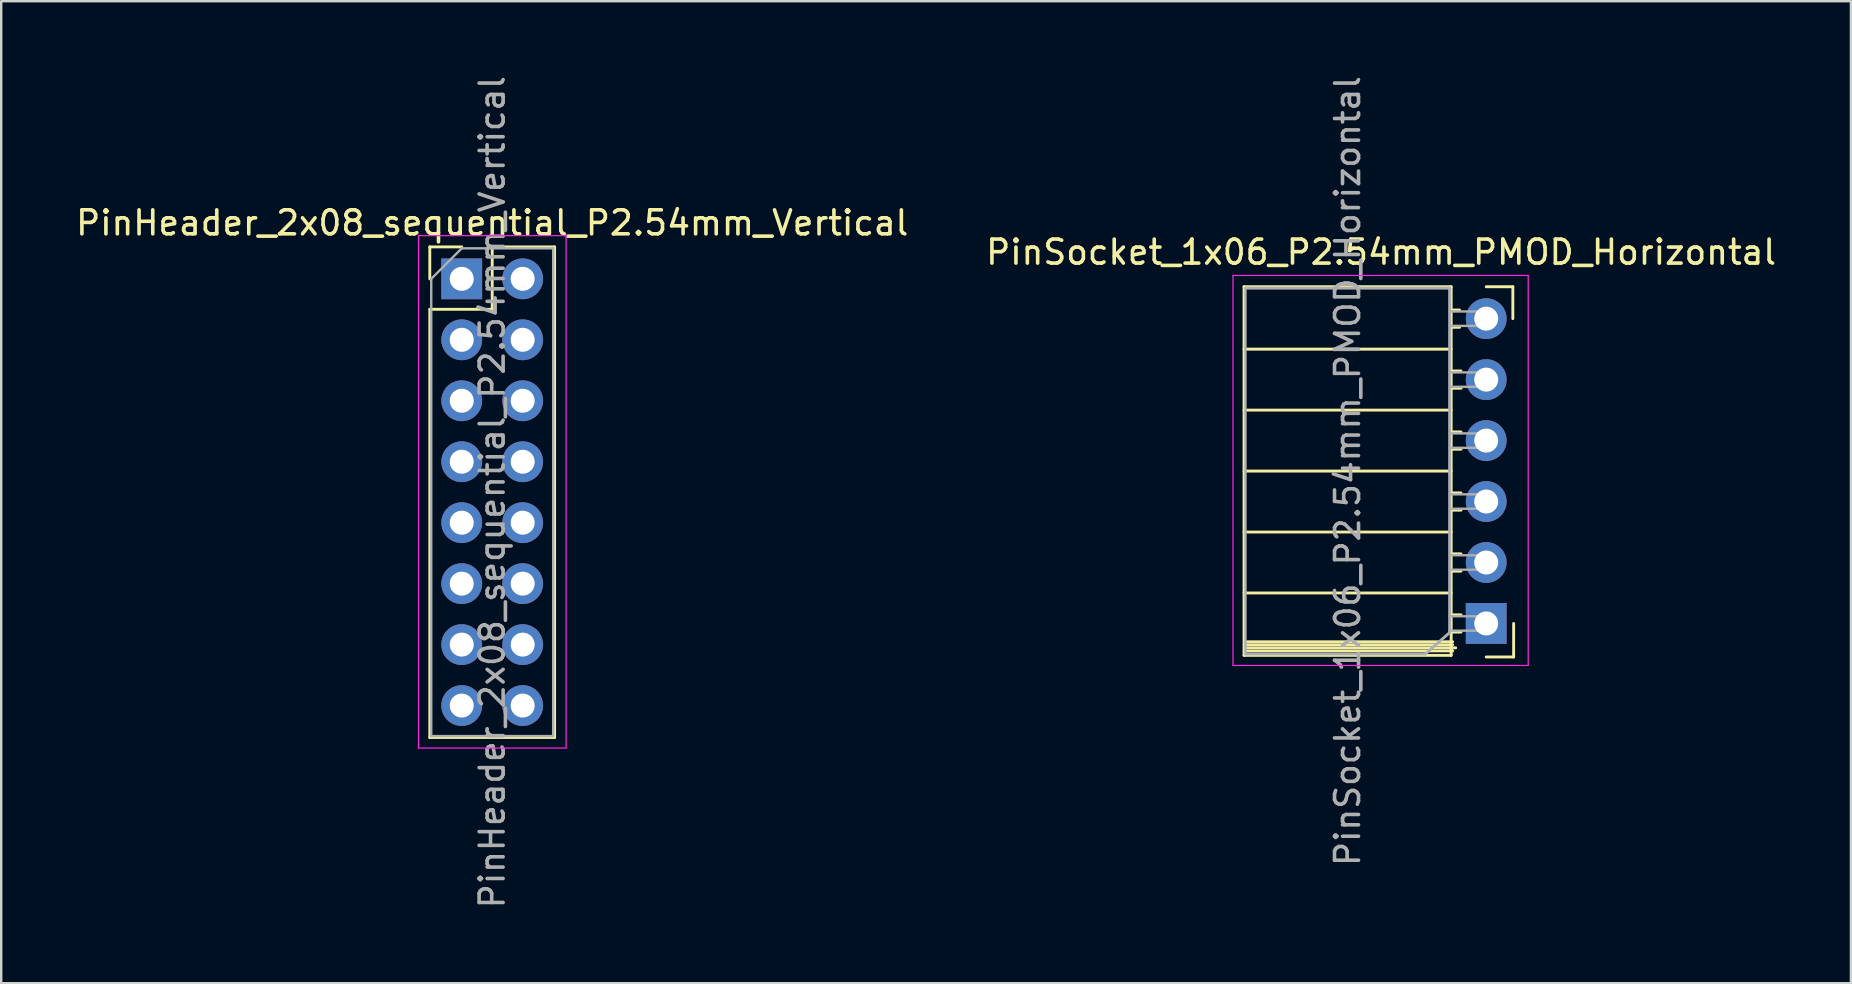
<source format=kicad_pcb>
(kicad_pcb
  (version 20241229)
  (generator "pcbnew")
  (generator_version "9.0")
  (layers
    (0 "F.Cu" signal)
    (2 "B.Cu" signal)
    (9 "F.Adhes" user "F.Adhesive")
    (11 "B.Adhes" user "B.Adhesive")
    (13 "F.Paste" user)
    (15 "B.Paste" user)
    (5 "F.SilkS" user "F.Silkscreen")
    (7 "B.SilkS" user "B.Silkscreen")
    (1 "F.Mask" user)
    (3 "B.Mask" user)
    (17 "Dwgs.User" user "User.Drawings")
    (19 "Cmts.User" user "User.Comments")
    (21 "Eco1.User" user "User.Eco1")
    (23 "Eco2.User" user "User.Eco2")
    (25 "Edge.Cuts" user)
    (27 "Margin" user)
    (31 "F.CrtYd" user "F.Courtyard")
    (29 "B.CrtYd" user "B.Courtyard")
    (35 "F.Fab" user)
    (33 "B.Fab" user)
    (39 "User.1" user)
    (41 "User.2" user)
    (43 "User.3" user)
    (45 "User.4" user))
  (footprint "PinSocket_1x06_P2.54mm_PMOD_Horizontal"
    (layer "F.Cu")
    (at 58.874 10.227)
    (property "Reference" "PinSocket_1x06_P2.54mm_PMOD_Horizontal" (at -4.38 -2.77 0) (layer "F.SilkS") (effects (font (size 1 1) (thickness 0.15))))
    (attr through_hole)
    (fp_line (start -10.09 -1.33) (end -10.09 14.03) (stroke (width 0.12) (type solid)) (layer "F.SilkS"))
    (fp_line (start -10.09 -1.33) (end -1.46 -1.33) (stroke (width 0.12) (type solid)) (layer "F.SilkS"))
    (fp_line (start -10.09 1.27) (end -1.46 1.27) (stroke (width 0.12) (type solid)) (layer "F.SilkS"))
    (fp_line (start -10.09 3.81) (end -1.46 3.81) (stroke (width 0.12) (type solid)) (layer "F.SilkS"))
    (fp_line (start -10.09 6.35) (end -1.46 6.35) (stroke (width 0.12) (type solid)) (layer "F.SilkS"))
    (fp_line (start -10.09 8.89) (end -1.46 8.89) (stroke (width 0.12) (type solid)) (layer "F.SilkS"))
    (fp_line (start -10.09 11.43) (end -1.46 11.43) (stroke (width 0.12) (type solid)) (layer "F.SilkS"))
    (fp_line (start -10.09 14.03) (end -1.46 14.03) (stroke (width 0.12) (type solid)) (layer "F.SilkS"))
    (fp_line (start -10.033 13.462) (end -1.397 13.462) (stroke (width 0.12) (type solid)) (layer "F.SilkS"))
    (fp_line (start -10.033 13.589) (end -1.397 13.589) (stroke (width 0.12) (type solid)) (layer "F.SilkS"))
    (fp_line (start -10.033 13.716) (end -1.27 13.716) (stroke (width 0.12) (type solid)) (layer "F.SilkS"))
    (fp_line (start -10.033 13.843) (end -1.397 13.843) (stroke (width 0.12) (type solid)) (layer "F.SilkS"))
    (fp_line (start -1.46 -1.33) (end -1.46 14.03) (stroke (width 0.12) (type solid)) (layer "F.SilkS"))
    (fp_line (start -1.46 -0.36) (end -1.11 -0.36) (stroke (width 0.12) (type solid)) (layer "F.SilkS"))
    (fp_line (start -1.46 0.36) (end -1.11 0.36) (stroke (width 0.12) (type solid)) (layer "F.SilkS"))
    (fp_line (start -1.46 2.18) (end -1.05 2.18) (stroke (width 0.12) (type solid)) (layer "F.SilkS"))
    (fp_line (start -1.46 2.9) (end -1.05 2.9) (stroke (width 0.12) (type solid)) (layer "F.SilkS"))
    (fp_line (start -1.46 4.72) (end -1.05 4.72) (stroke (width 0.12) (type solid)) (layer "F.SilkS"))
    (fp_line (start -1.46 5.44) (end -1.05 5.44) (stroke (width 0.12) (type solid)) (layer "F.SilkS"))
    (fp_line (start -1.46 7.26) (end -1.05 7.26) (stroke (width 0.12) (type solid)) (layer "F.SilkS"))
    (fp_line (start -1.46 7.98) (end -1.05 7.98) (stroke (width 0.12) (type solid)) (layer "F.SilkS"))
    (fp_line (start -1.46 9.8) (end -1.05 9.8) (stroke (width 0.12) (type solid)) (layer "F.SilkS"))
    (fp_line (start -1.46 10.52) (end -1.05 10.52) (stroke (width 0.12) (type solid)) (layer "F.SilkS"))
    (fp_line (start -1.46 12.34) (end -1.05 12.34) (stroke (width 0.12) (type solid)) (layer "F.SilkS"))
    (fp_line (start -1.46 13.06) (end -1.05 13.06) (stroke (width 0.12) (type solid)) (layer "F.SilkS"))
    (fp_line (start 0 -1.33) (end 1.11 -1.33) (stroke (width 0.12) (type solid)) (layer "F.SilkS"))
    (fp_line (start 1.11 -1.33) (end 1.11 0) (stroke (width 0.12) (type solid)) (layer "F.SilkS"))
    (fp_line (start 1.143 14.097) (end 0 14.097) (stroke (width 0.12) (type solid)) (layer "F.SilkS"))
    (fp_line (start 1.143 14.097) (end 1.143 12.7) (stroke (width 0.12) (type solid)) (layer "F.SilkS"))
    (fp_line (start -10.55 -1.8) (end -10.55 14.45) (stroke (width 0.05) (type solid)) (layer "F.CrtYd"))
    (fp_line (start -10.55 14.45) (end 1.75 14.45) (stroke (width 0.05) (type solid)) (layer "F.CrtYd"))
    (fp_line (start 1.75 -1.8) (end -10.55 -1.8) (stroke (width 0.05) (type solid)) (layer "F.CrtYd"))
    (fp_line (start 1.75 14.45) (end 1.75 -1.8) (stroke (width 0.05) (type solid)) (layer "F.CrtYd"))
    (fp_line (start -10.03 -1.27) (end -1.524 -1.27) (stroke (width 0.12) (type solid)) (layer "F.Fab"))
    (fp_line (start -10.03 13.97) (end -10.03 -1.27) (stroke (width 0.1) (type solid)) (layer "F.Fab"))
    (fp_line (start -2.54 13.97) (end -10.03 13.97) (stroke (width 0.12) (type solid)) (layer "F.Fab"))
    (fp_line (start -1.524 -1.27) (end -1.524 13.081) (stroke (width 0.12) (type solid)) (layer "F.Fab"))
    (fp_line (start -1.524 13.081) (end -2.54 13.97) (stroke (width 0.12) (type solid)) (layer "F.Fab"))
    (fp_line (start -1.52 0.3) (end 0 0.3) (stroke (width 0.1) (type solid)) (layer "F.Fab"))
    (fp_line (start -1.52 2.84) (end 0 2.84) (stroke (width 0.1) (type solid)) (layer "F.Fab"))
    (fp_line (start -1.52 5.38) (end 0 5.38) (stroke (width 0.1) (type solid)) (layer "F.Fab"))
    (fp_line (start -1.52 7.92) (end 0 7.92) (stroke (width 0.1) (type solid)) (layer "F.Fab"))
    (fp_line (start -1.52 10.46) (end 0 10.46) (stroke (width 0.1) (type solid)) (layer "F.Fab"))
    (fp_line (start -1.52 13) (end 0 13) (stroke (width 0.1) (type solid)) (layer "F.Fab"))
    (fp_line (start 0 -0.3) (end -1.52 -0.3) (stroke (width 0.1) (type solid)) (layer "F.Fab"))
    (fp_line (start 0 0.3) (end 0 -0.3) (stroke (width 0.1) (type solid)) (layer "F.Fab"))
    (fp_line (start 0 2.24) (end -1.52 2.24) (stroke (width 0.1) (type solid)) (layer "F.Fab"))
    (fp_line (start 0 2.84) (end 0 2.24) (stroke (width 0.1) (type solid)) (layer "F.Fab"))
    (fp_line (start 0 4.78) (end -1.52 4.78) (stroke (width 0.1) (type solid)) (layer "F.Fab"))
    (fp_line (start 0 5.38) (end 0 4.78) (stroke (width 0.1) (type solid)) (layer "F.Fab"))
    (fp_line (start 0 7.32) (end -1.52 7.32) (stroke (width 0.1) (type solid)) (layer "F.Fab"))
    (fp_line (start 0 7.92) (end 0 7.32) (stroke (width 0.1) (type solid)) (layer "F.Fab"))
    (fp_line (start 0 9.86) (end -1.52 9.86) (stroke (width 0.1) (type solid)) (layer "F.Fab"))
    (fp_line (start 0 10.46) (end 0 9.86) (stroke (width 0.1) (type solid)) (layer "F.Fab"))
    (fp_line (start 0 12.4) (end -1.52 12.4) (stroke (width 0.1) (type solid)) (layer "F.Fab"))
    (fp_line (start 0 13) (end 0 12.4) (stroke (width 0.1) (type solid)) (layer "F.Fab"))
    (fp_text user "${REFERENCE}" (at -5.775 6.35 90) (layer "F.Fab") (effects (font (size 1 1) (thickness 0.15))))
    (pad "1" thru_hole rect (at 0 12.7) (size 1.7 1.7) (drill 1) (layers "*.Cu" "*.Mask"))
    (pad "2" thru_hole oval (at 0 10.16) (size 1.7 1.7) (drill 1) (layers "*.Cu" "*.Mask"))
    (pad "3" thru_hole oval (at 0 7.62) (size 1.7 1.7) (drill 1) (layers "*.Cu" "*.Mask"))
    (pad "4" thru_hole oval (at 0 5.08) (size 1.7 1.7) (drill 1) (layers "*.Cu" "*.Mask"))
    (pad "5" thru_hole oval (at 0 2.54) (size 1.7 1.7) (drill 1) (layers "*.Cu" "*.Mask"))
    (pad "6" thru_hole circle (at 0 0) (size 1.7 1.7) (drill 1) (layers "*.Cu" "*.Mask")))
  (footprint "PinHeader_2x08_sequential_P2.54mm_Vertical"
    (layer "F.Cu")
    (at 16.188 8.568)
    (property "Reference" "PinHeader_2x08_sequential_P2.54mm_Vertical" (at 1.27 -2.33 0) (layer "F.SilkS") (effects (font (size 1 1) (thickness 0.15))))
    (attr through_hole)
    (fp_line (start -1.33 -1.33) (end 0 -1.33) (stroke (width 0.12) (type solid)) (layer "F.SilkS"))
    (fp_line (start -1.33 0) (end -1.33 -1.33) (stroke (width 0.12) (type solid)) (layer "F.SilkS"))
    (fp_line (start -1.33 1.27) (end -1.33 19.11) (stroke (width 0.12) (type solid)) (layer "F.SilkS"))
    (fp_line (start -1.33 1.27) (end 1.27 1.27) (stroke (width 0.12) (type solid)) (layer "F.SilkS"))
    (fp_line (start -1.33 19.11) (end 3.87 19.11) (stroke (width 0.12) (type solid)) (layer "F.SilkS"))
    (fp_line (start 1.27 -1.33) (end 3.87 -1.33) (stroke (width 0.12) (type solid)) (layer "F.SilkS"))
    (fp_line (start 1.27 1.27) (end 1.27 -1.33) (stroke (width 0.12) (type solid)) (layer "F.SilkS"))
    (fp_line (start 3.87 -1.33) (end 3.87 19.11) (stroke (width 0.12) (type solid)) (layer "F.SilkS"))
    (fp_line (start -1.8 -1.8) (end -1.8 19.55) (stroke (width 0.05) (type solid)) (layer "F.CrtYd"))
    (fp_line (start -1.8 19.55) (end 4.35 19.55) (stroke (width 0.05) (type solid)) (layer "F.CrtYd"))
    (fp_line (start 4.35 -1.8) (end -1.8 -1.8) (stroke (width 0.05) (type solid)) (layer "F.CrtYd"))
    (fp_line (start 4.35 19.55) (end 4.35 -1.8) (stroke (width 0.05) (type solid)) (layer "F.CrtYd"))
    (fp_line (start -1.27 0) (end 0 -1.27) (stroke (width 0.1) (type solid)) (layer "F.Fab"))
    (fp_line (start -1.27 19.05) (end -1.27 0) (stroke (width 0.1) (type solid)) (layer "F.Fab"))
    (fp_line (start 0 -1.27) (end 3.81 -1.27) (stroke (width 0.1) (type solid)) (layer "F.Fab"))
    (fp_line (start 3.81 -1.27) (end 3.81 19.05) (stroke (width 0.1) (type solid)) (layer "F.Fab"))
    (fp_line (start 3.81 19.05) (end -1.27 19.05) (stroke (width 0.1) (type solid)) (layer "F.Fab"))
    (fp_text user "${REFERENCE}" (at 1.27 8.89 90) (layer "F.Fab") (effects (font (size 1 1) (thickness 0.15))))
    (pad "1" thru_hole rect (at 0 0) (size 1.7 1.7) (drill 1) (layers "*.Cu" "*.Mask"))
    (pad "2" thru_hole oval (at 0 2.54) (size 1.7 1.7) (drill 1) (layers "*.Cu" "*.Mask"))
    (pad "3" thru_hole oval (at 0 5.08) (size 1.7 1.7) (drill 1) (layers "*.Cu" "*.Mask"))
    (pad "4" thru_hole oval (at 0 7.62) (size 1.7 1.7) (drill 1) (layers "*.Cu" "*.Mask"))
    (pad "5" thru_hole oval (at 0 10.16) (size 1.7 1.7) (drill 1) (layers "*.Cu" "*.Mask"))
    (pad "6" thru_hole oval (at 0 12.7) (size 1.7 1.7) (drill 1) (layers "*.Cu" "*.Mask"))
    (pad "7" thru_hole oval (at 0 15.24) (size 1.7 1.7) (drill 1) (layers "*.Cu" "*.Mask"))
    (pad "8" thru_hole oval (at 0 17.78) (size 1.7 1.7) (drill 1) (layers "*.Cu" "*.Mask"))
    (pad "9" thru_hole oval (at 2.54 0) (size 1.7 1.7) (drill 1) (layers "*.Cu" "*.Mask"))
    (pad "10" thru_hole oval (at 2.54 2.54) (size 1.7 1.7) (drill 1) (layers "*.Cu" "*.Mask"))
    (pad "11" thru_hole oval (at 2.54 5.08) (size 1.7 1.7) (drill 1) (layers "*.Cu" "*.Mask"))
    (pad "12" thru_hole oval (at 2.54 7.62) (size 1.7 1.7) (drill 1) (layers "*.Cu" "*.Mask"))
    (pad "13" thru_hole oval (at 2.54 10.16) (size 1.7 1.7) (drill 1) (layers "*.Cu" "*.Mask"))
    (pad "14" thru_hole oval (at 2.54 12.7) (size 1.7 1.7) (drill 1) (layers "*.Cu" "*.Mask"))
    (pad "15" thru_hole oval (at 2.54 15.24) (size 1.7 1.7) (drill 1) (layers "*.Cu" "*.Mask"))
    (pad "16" thru_hole oval (at 2.54 17.78) (size 1.7 1.7) (drill 1) (layers "*.Cu" "*.Mask")))
  (gr_rect
    (start -3 -3)
    (end 74.071 37.917)
    (stroke (width 0.1) (type default))
    (fill no)
    (layer "Edge.Cuts")))
</source>
